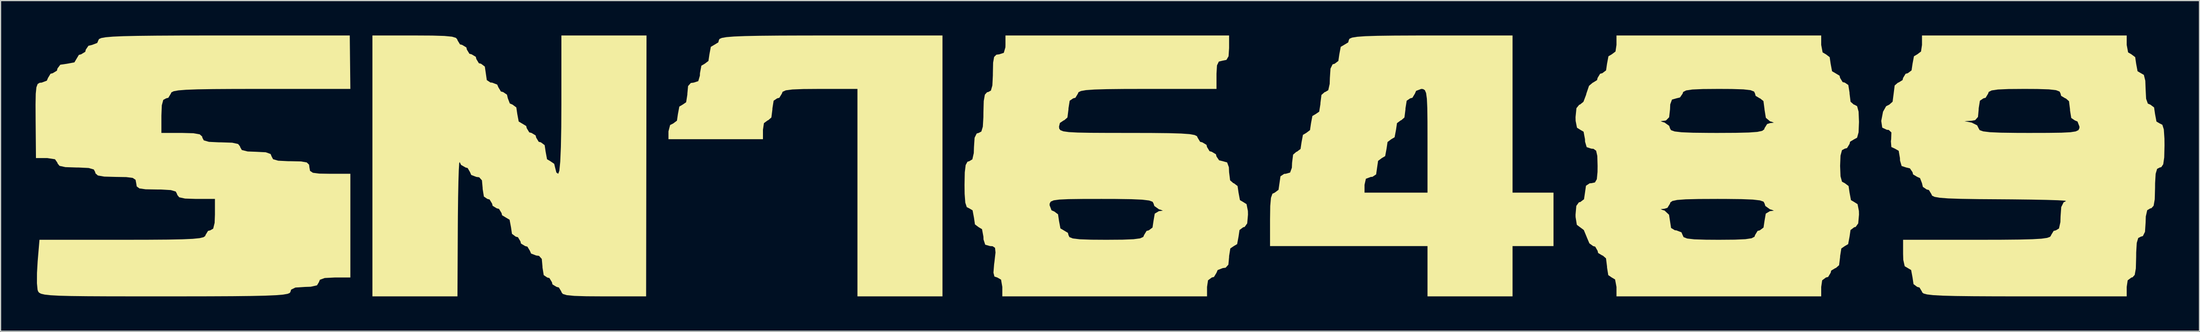
<source format=kicad_pcb>
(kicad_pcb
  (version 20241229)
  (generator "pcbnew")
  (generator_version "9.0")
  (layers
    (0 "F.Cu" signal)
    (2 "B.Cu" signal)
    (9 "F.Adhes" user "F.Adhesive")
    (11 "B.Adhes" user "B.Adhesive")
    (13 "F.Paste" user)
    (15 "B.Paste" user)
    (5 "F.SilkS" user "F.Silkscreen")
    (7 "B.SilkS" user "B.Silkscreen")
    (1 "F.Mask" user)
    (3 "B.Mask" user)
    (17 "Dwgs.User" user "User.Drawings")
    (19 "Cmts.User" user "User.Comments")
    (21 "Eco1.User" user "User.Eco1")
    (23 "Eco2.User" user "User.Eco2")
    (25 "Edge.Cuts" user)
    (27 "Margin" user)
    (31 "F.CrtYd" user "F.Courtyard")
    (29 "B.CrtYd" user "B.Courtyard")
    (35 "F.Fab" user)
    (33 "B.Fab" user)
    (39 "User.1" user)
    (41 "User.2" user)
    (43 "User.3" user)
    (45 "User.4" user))
  (footprint "SN76489"
    (layer "F.Cu")
    (at 89.969 10.268)
    (property "Reference" "SN76489" (at 0 0 0) (layer "F.SilkS") (effects (font (size 1.5 1.5) (thickness 0.3))))
    (attr board_only exclude_from_pos_files exclude_from_bom)
    (fp_poly (pts (xy -12.16 0.946) (xy -12.16 12.16) (xy -15.807 12.16) (xy -19.455 12.16) (xy -19.455 3.243) (xy -19.455 -5.674) (xy -22.698 -5.674) (xy -24.096 -5.664) (xy -25.036 -5.627) (xy -25.602 -5.552) (xy -25.876 -5.429) (xy -25.94 -5.269) (xy -26.157 -4.911) (xy -26.346 -4.864) (xy -26.646 -4.659) (xy -26.75 -4.004) (xy -26.751 -3.918) (xy -26.839 -3.219) (xy -27.119 -2.974) (xy -27.156 -2.972) (xy -27.478 -2.731) (xy -27.562 -2.162) (xy -27.562 -1.351) (xy -31.615 -1.351) (xy -35.668 -1.351) (xy -35.668 -2.027) (xy -35.527 -2.57) (xy -35.263 -2.702) (xy -34.941 -2.944) (xy -34.857 -3.513) (xy -34.737 -4.156) (xy -34.452 -4.323) (xy -34.152 -4.528) (xy -34.048 -5.183) (xy -34.047 -5.269) (xy -33.986 -5.921) (xy -33.75 -6.184) (xy -33.506 -6.215) (xy -33.111 -6.342) (xy -32.972 -6.816) (xy -32.966 -7.026) (xy -32.845 -7.669) (xy -32.561 -7.836) (xy -32.239 -8.078) (xy -32.155 -8.647) (xy -32.034 -9.29) (xy -31.75 -9.457) (xy -31.392 -9.674) (xy -31.345 -9.863) (xy -31.289 -9.971) (xy -31.088 -10.058) (xy -30.692 -10.127) (xy -30.051 -10.179) (xy -29.114 -10.217) (xy -27.831 -10.243) (xy -26.153 -10.259) (xy -24.028 -10.266) (xy -21.752 -10.268) (xy -12.16 -10.268)) (stroke (width 0) (type solid)) (fill yes) (layer "F.SilkS"))
    (fp_poly (pts (xy 36.749 -3.513) (xy 36.749 3.243) (xy 38.505 3.243) (xy 40.262 3.243) (xy 40.262 5.539) (xy 40.262 7.836) (xy 38.505 7.836) (xy 36.749 7.836) (xy 36.749 9.998) (xy 36.749 12.16) (xy 33.101 12.16) (xy 29.453 12.16) (xy 29.453 9.998) (xy 29.453 7.836) (xy 22.698 7.836) (xy 15.943 7.836) (xy 15.943 5.539) (xy 15.96 4.391) (xy 16.023 3.688) (xy 16.148 3.337) (xy 16.348 3.243) (xy 24.049 3.243) (xy 26.751 3.243) (xy 29.453 3.243) (xy 29.453 -1.216) (xy 29.45 -2.861) (xy 29.435 -4.043) (xy 29.398 -4.837) (xy 29.331 -5.321) (xy 29.224 -5.57) (xy 29.067 -5.663) (xy 28.913 -5.674) (xy 28.473 -5.506) (xy 28.372 -5.269) (xy 28.156 -4.911) (xy 27.967 -4.864) (xy 27.667 -4.659) (xy 27.562 -4.004) (xy 27.562 -3.918) (xy 27.474 -3.219) (xy 27.193 -2.974) (xy 27.156 -2.972) (xy 26.835 -2.731) (xy 26.751 -2.162) (xy 26.63 -1.518) (xy 26.346 -1.351) (xy 26.024 -1.109) (xy 25.94 -0.54) (xy 25.82 0.103) (xy 25.535 0.27) (xy 25.213 0.512) (xy 25.13 1.081) (xy 25.045 1.674) (xy 24.729 1.883) (xy 24.589 1.891) (xy 24.166 2.05) (xy 24.049 2.567) (xy 24.049 3.243) (xy 16.348 3.243) (xy 16.67 3.001) (xy 16.753 2.432) (xy 16.838 1.839) (xy 17.154 1.63) (xy 17.294 1.621) (xy 17.666 1.515) (xy 17.816 1.102) (xy 17.834 0.676) (xy 17.922 -0.024) (xy 18.202 -0.269) (xy 18.239 -0.27) (xy 18.561 -0.512) (xy 18.645 -1.081) (xy 18.766 -1.724) (xy 19.05 -1.891) (xy 19.372 -2.133) (xy 19.455 -2.702) (xy 19.576 -3.346) (xy 19.861 -3.513) (xy 20.16 -3.718) (xy 20.265 -4.372) (xy 20.266 -4.459) (xy 20.354 -5.158) (xy 20.634 -5.403) (xy 20.671 -5.404) (xy 20.938 -5.563) (xy 21.06 -6.104) (xy 21.077 -6.62) (xy 21.13 -7.422) (xy 21.31 -7.787) (xy 21.482 -7.836) (xy 21.804 -8.078) (xy 21.887 -8.647) (xy 22.008 -9.29) (xy 22.293 -9.457) (xy 22.651 -9.674) (xy 22.698 -9.863) (xy 22.758 -9.987) (xy 22.979 -10.084) (xy 23.418 -10.156) (xy 24.133 -10.207) (xy 25.183 -10.24) (xy 26.627 -10.259) (xy 28.521 -10.267) (xy 29.723 -10.268) (xy 36.749 -10.268)) (stroke (width 0) (type solid)) (fill yes) (layer "F.SilkS"))
    (fp_poly (pts (xy -55.926 -10.26) (xy -54.893 -10.228) (xy -54.242 -10.165) (xy -53.897 -10.061) (xy -53.776 -9.909) (xy -53.772 -9.863) (xy -53.556 -9.505) (xy -53.367 -9.457) (xy -53.009 -9.241) (xy -52.962 -9.052) (xy -52.745 -8.694) (xy -52.556 -8.647) (xy -52.198 -8.431) (xy -52.151 -8.241) (xy -51.935 -7.883) (xy -51.746 -7.836) (xy -51.424 -7.594) (xy -51.34 -7.026) (xy -51.255 -6.432) (xy -50.94 -6.223) (xy -50.8 -6.215) (xy -50.36 -6.046) (xy -50.26 -5.81) (xy -50.043 -5.451) (xy -49.854 -5.404) (xy -49.524 -5.179) (xy -49.449 -4.864) (xy -49.28 -4.424) (xy -49.044 -4.323) (xy -48.722 -4.082) (xy -48.638 -3.513) (xy -48.517 -2.869) (xy -48.233 -2.702) (xy -47.875 -2.486) (xy -47.828 -2.297) (xy -47.611 -1.939) (xy -47.422 -1.891) (xy -47.064 -1.675) (xy -47.017 -1.486) (xy -46.801 -1.128) (xy -46.612 -1.081) (xy -46.29 -0.839) (xy -46.206 -0.27) (xy -46.086 0.373) (xy -45.801 0.54) (xy -45.471 0.766) (xy -45.396 1.081) (xy -45.283 1.52) (xy -45.126 1.621) (xy -45.03 1.356) (xy -44.953 0.578) (xy -44.898 -0.685) (xy -44.865 -2.406) (xy -44.855 -4.323) (xy -44.855 -10.268) (xy -41.203 -10.268) (xy -37.552 -10.268) (xy -37.569 0.946) (xy -37.586 12.16) (xy -41.221 12.16) (xy -42.712 12.151) (xy -43.742 12.119) (xy -44.39 12.056) (xy -44.733 11.952) (xy -44.852 11.798) (xy -44.855 11.754) (xy -45.072 11.396) (xy -45.261 11.349) (xy -45.619 11.133) (xy -45.666 10.944) (xy -45.882 10.585) (xy -46.071 10.538) (xy -46.371 10.333) (xy -46.476 9.679) (xy -46.477 9.593) (xy -46.537 8.941) (xy -46.773 8.678) (xy -47.017 8.647) (xy -47.457 8.478) (xy -47.557 8.241) (xy -47.774 7.883) (xy -47.963 7.836) (xy -48.321 7.62) (xy -48.368 7.431) (xy -48.584 7.073) (xy -48.773 7.026) (xy -49.095 6.784) (xy -49.179 6.215) (xy -49.3 5.571) (xy -49.584 5.404) (xy -49.942 5.188) (xy -49.989 4.999) (xy -50.206 4.641) (xy -50.395 4.594) (xy -50.753 4.377) (xy -50.8 4.188) (xy -51.016 3.83) (xy -51.205 3.783) (xy -51.505 3.578) (xy -51.61 2.923) (xy -51.611 2.837) (xy -51.671 2.185) (xy -51.907 1.922) (xy -52.151 1.891) (xy -52.591 1.723) (xy -52.691 1.486) (xy -52.898 1.128) (xy -53.077 1.081) (xy -53.463 0.857) (xy -53.586 0.608) (xy -53.623 0.726) (xy -53.658 1.315) (xy -53.69 2.307) (xy -53.716 3.632) (xy -53.735 5.223) (xy -53.741 6.147) (xy -53.772 12.16) (xy -57.42 12.16) (xy -61.068 12.16) (xy -61.068 0.946) (xy -61.068 -10.268) (xy -57.42 -10.268)) (stroke (width 0) (type solid)) (fill yes) (layer "F.SilkS"))
    (fp_poly (pts (xy -62.986 -7.971) (xy -62.961 -5.674) (xy -70.661 -5.674) (xy -72.93 -5.671) (xy -74.713 -5.66) (xy -76.068 -5.638) (xy -77.05 -5.601) (xy -77.714 -5.548) (xy -78.117 -5.475) (xy -78.314 -5.378) (xy -78.362 -5.269) (xy -78.578 -4.911) (xy -78.767 -4.864) (xy -79.011 -4.73) (xy -79.137 -4.262) (xy -79.172 -3.378) (xy -79.172 -1.891) (xy -77.416 -1.891) (xy -76.431 -1.864) (xy -75.883 -1.768) (xy -75.672 -1.578) (xy -75.66 -1.486) (xy -75.535 -1.251) (xy -75.094 -1.124) (xy -74.234 -1.082) (xy -74.038 -1.081) (xy -73.097 -1.05) (xy -72.591 -0.939) (xy -72.42 -0.724) (xy -72.417 -0.676) (xy -72.272 -0.421) (xy -71.772 -0.296) (xy -71.066 -0.27) (xy -70.216 -0.227) (xy -69.801 -0.077) (xy -69.715 0.135) (xy -69.59 0.37) (xy -69.149 0.497) (xy -68.289 0.54) (xy -68.094 0.54) (xy -67.188 0.56) (xy -66.699 0.647) (xy -66.502 0.841) (xy -66.472 1.081) (xy -66.418 1.373) (xy -66.174 1.536) (xy -65.621 1.607) (xy -64.716 1.621) (xy -62.96 1.621) (xy -62.96 6.08) (xy -62.96 10.538) (xy -64.311 10.538) (xy -65.16 10.582) (xy -65.575 10.732) (xy -65.662 10.944) (xy -65.821 11.211) (xy -66.362 11.332) (xy -66.878 11.349) (xy -67.679 11.402) (xy -68.044 11.582) (xy -68.094 11.754) (xy -68.148 11.857) (xy -68.342 11.941) (xy -68.725 12.008) (xy -69.342 12.06) (xy -70.242 12.099) (xy -71.472 12.127) (xy -73.079 12.145) (xy -75.111 12.155) (xy -77.615 12.159) (xy -78.871 12.16) (xy -81.565 12.159) (xy -83.768 12.156) (xy -85.532 12.147) (xy -86.905 12.131) (xy -87.938 12.104) (xy -88.681 12.063) (xy -89.185 12.007) (xy -89.498 11.933) (xy -89.672 11.837) (xy -89.756 11.719) (xy -89.796 11.591) (xy -89.85 11.039) (xy -89.846 10.146) (xy -89.789 9.16) (xy -89.632 7.296) (xy -82.511 7.296) (xy -80.338 7.292) (xy -78.648 7.28) (xy -77.383 7.255) (xy -76.484 7.214) (xy -75.894 7.155) (xy -75.555 7.073) (xy -75.408 6.966) (xy -75.389 6.89) (xy -75.173 6.532) (xy -74.984 6.485) (xy -74.729 6.34) (xy -74.605 5.84) (xy -74.579 5.134) (xy -74.579 3.783) (xy -76.2 3.783) (xy -77.141 3.752) (xy -77.647 3.642) (xy -77.818 3.426) (xy -77.821 3.378) (xy -77.939 3.15) (xy -78.358 3.024) (xy -79.179 2.975) (xy -79.578 2.972) (xy -80.528 2.955) (xy -81.058 2.88) (xy -81.287 2.711) (xy -81.334 2.432) (xy -81.389 2.139) (xy -81.633 1.976) (xy -82.185 1.906) (xy -83.09 1.891) (xy -84.076 1.864) (xy -84.623 1.768) (xy -84.834 1.578) (xy -84.847 1.486) (xy -84.971 1.251) (xy -85.413 1.124) (xy -86.273 1.082) (xy -86.468 1.081) (xy -87.409 1.05) (xy -87.915 0.939) (xy -88.086 0.724) (xy -88.089 0.676) (xy -88.3 0.372) (xy -88.967 0.27) (xy -89.011 0.27) (xy -89.934 0.27) (xy -89.962 -2.972) (xy -89.969 -4.34) (xy -89.952 -5.258) (xy -89.896 -5.814) (xy -89.788 -6.099) (xy -89.613 -6.203) (xy -89.445 -6.215) (xy -89.001 -6.383) (xy -88.9 -6.62) (xy -88.684 -6.978) (xy -88.495 -7.026) (xy -88.136 -7.242) (xy -88.089 -7.431) (xy -87.848 -7.753) (xy -87.279 -7.836) (xy -86.635 -7.957) (xy -86.468 -8.241) (xy -86.252 -8.6) (xy -86.063 -8.647) (xy -85.705 -8.863) (xy -85.657 -9.052) (xy -85.432 -9.382) (xy -85.117 -9.457) (xy -84.677 -9.626) (xy -84.577 -9.863) (xy -84.522 -9.965) (xy -84.328 -10.049) (xy -83.946 -10.116) (xy -83.328 -10.169) (xy -82.429 -10.208) (xy -81.199 -10.235) (xy -79.592 -10.253) (xy -77.561 -10.264) (xy -75.057 -10.268) (xy -73.794 -10.268) (xy -63.011 -10.268)) (stroke (width 0) (type solid)) (fill yes) (layer "F.SilkS"))
    (fp_poly (pts (xy 12.43 -9.187) (xy 12.384 -8.48) (xy 12.201 -8.168) (xy 11.889 -8.106) (xy 11.552 -8.027) (xy 11.392 -7.696) (xy 11.349 -6.978) (xy 11.349 -6.89) (xy 11.349 -5.674) (xy 5.404 -5.674) (xy 3.438 -5.67) (xy 1.95 -5.654) (xy 0.876 -5.622) (xy 0.153 -5.57) (xy -0.282 -5.494) (xy -0.492 -5.389) (xy -0.54 -5.269) (xy -0.757 -4.911) (xy -0.946 -4.864) (xy -1.246 -4.659) (xy -1.35 -4.004) (xy -1.351 -3.918) (xy -1.439 -3.219) (xy -1.719 -2.974) (xy -1.756 -2.972) (xy -2.086 -2.747) (xy -2.162 -2.432) (xy -2.142 -2.256) (xy -2.038 -2.123) (xy -1.784 -2.027) (xy -1.314 -1.962) (xy -0.56 -1.922) (xy 0.543 -1.901) (xy 2.062 -1.893) (xy 3.783 -1.891) (xy 5.749 -1.887) (xy 7.237 -1.871) (xy 8.312 -1.839) (xy 9.035 -1.788) (xy 9.469 -1.711) (xy 9.679 -1.606) (xy 9.728 -1.486) (xy 9.944 -1.128) (xy 10.133 -1.081) (xy 10.491 -0.865) (xy 10.538 -0.676) (xy 10.755 -0.317) (xy 10.944 -0.27) (xy 11.302 -0.054) (xy 11.349 0.135) (xy 11.574 0.465) (xy 11.889 0.54) (xy 12.262 0.646) (xy 12.412 1.059) (xy 12.43 1.486) (xy 12.518 2.186) (xy 12.798 2.43) (xy 12.835 2.432) (xy 13.157 2.674) (xy 13.24 3.243) (xy 13.361 3.886) (xy 13.646 4.053) (xy 13.928 4.232) (xy 14.044 4.823) (xy 14.051 5.134) (xy 13.984 5.886) (xy 13.762 6.195) (xy 13.646 6.215) (xy 13.324 6.457) (xy 13.24 7.026) (xy 13.12 7.669) (xy 12.835 7.836) (xy 12.535 8.041) (xy 12.431 8.696) (xy 12.43 8.782) (xy 12.369 9.434) (xy 12.133 9.697) (xy 11.889 9.728) (xy 11.449 9.897) (xy 11.349 10.133) (xy 11.133 10.491) (xy 10.944 10.538) (xy 10.622 10.78) (xy 10.538 11.349) (xy 10.538 12.16) (xy 1.756 12.16) (xy -7.026 12.16) (xy -7.026 11.349) (xy -7.135 10.721) (xy -7.456 10.538) (xy -7.703 10.455) (xy -7.787 10.121) (xy -7.731 9.412) (xy -7.701 9.187) (xy -7.61 8.389) (xy -7.651 7.988) (xy -7.859 7.849) (xy -8.081 7.836) (xy -8.492 7.719) (xy -8.639 7.271) (xy -8.647 7.026) (xy -8.768 6.382) (xy -9.052 6.215) (xy -9.374 5.973) (xy -9.457 5.404) (xy -9.578 4.761) (xy -9.863 4.594) (xy -10.077 4.487) (xy -10.13 4.323) (xy -2.972 4.323) (xy -2.803 4.764) (xy -2.567 4.864) (xy -2.245 5.106) (xy -2.162 5.674) (xy -2.041 6.318) (xy -1.756 6.485) (xy -1.398 6.701) (xy -1.351 6.89) (xy -1.27 7.065) (xy -0.971 7.183) (xy -0.371 7.253) (xy 0.611 7.288) (xy 1.891 7.296) (xy 3.289 7.286) (xy 4.23 7.248) (xy 4.796 7.173) (xy 5.069 7.05) (xy 5.134 6.89) (xy 5.35 6.532) (xy 5.539 6.485) (xy 5.861 6.243) (xy 5.945 5.674) (xy 6.052 5.048) (xy 6.41 4.833) (xy 6.418 4.832) (xy 6.751 4.795) (xy 6.559 4.715) (xy 6.418 4.678) (xy 6.016 4.39) (xy 5.945 4.168) (xy 5.861 4.023) (xy 5.563 3.918) (xy 4.98 3.847) (xy 4.044 3.805) (xy 2.685 3.786) (xy 1.486 3.783) (xy -0.159 3.786) (xy -1.341 3.801) (xy -2.135 3.838) (xy -2.619 3.905) (xy -2.868 4.012) (xy -2.96 4.169) (xy -2.972 4.323) (xy -10.13 4.323) (xy -10.202 4.104) (xy -10.259 3.345) (xy -10.268 2.567) (xy -10.247 1.498) (xy -10.17 0.871) (xy -10.018 0.587) (xy -9.863 0.54) (xy -9.596 0.381) (xy -9.474 -0.16) (xy -9.457 -0.676) (xy -9.404 -1.477) (xy -9.224 -1.842) (xy -9.052 -1.891) (xy -8.825 -2.009) (xy -8.698 -2.428) (xy -8.65 -3.249) (xy -8.647 -3.648) (xy -8.62 -4.633) (xy -8.523 -5.181) (xy -8.333 -5.391) (xy -8.241 -5.404) (xy -8.006 -5.529) (xy -7.88 -5.97) (xy -7.837 -6.83) (xy -7.836 -7.026) (xy -7.816 -7.931) (xy -7.73 -8.42) (xy -7.535 -8.617) (xy -7.296 -8.647) (xy -6.9 -8.774) (xy -6.761 -9.248) (xy -6.755 -9.457) (xy -6.755 -10.268) (xy 2.837 -10.268) (xy 12.43 -10.268)) (stroke (width 0) (type solid)) (fill yes) (layer "F.SilkS"))
    (fp_poly (pts (xy 89.44 -9.457) (xy 89.561 -8.814) (xy 89.846 -8.647) (xy 90.168 -8.405) (xy 90.251 -7.836) (xy 90.372 -7.193) (xy 90.656 -7.026) (xy 90.911 -6.881) (xy 91.036 -6.38) (xy 91.062 -5.674) (xy 91.105 -4.825) (xy 91.255 -4.41) (xy 91.467 -4.323) (xy 91.789 -4.082) (xy 91.872 -3.513) (xy 91.993 -2.869) (xy 92.278 -2.702) (xy 92.498 -2.591) (xy 92.624 -2.191) (xy 92.677 -1.403) (xy 92.683 -0.811) (xy 92.659 0.217) (xy 92.573 0.805) (xy 92.405 1.053) (xy 92.278 1.081) (xy 92.05 1.198) (xy 91.924 1.617) (xy 91.875 2.439) (xy 91.872 2.837) (xy 91.845 3.822) (xy 91.749 4.37) (xy 91.559 4.581) (xy 91.467 4.594) (xy 91.2 4.753) (xy 91.078 5.294) (xy 91.062 5.81) (xy 91.009 6.611) (xy 90.828 6.976) (xy 90.656 7.026) (xy 90.429 7.143) (xy 90.303 7.562) (xy 90.254 8.383) (xy 90.251 8.782) (xy 90.224 9.767) (xy 90.127 10.315) (xy 89.938 10.525) (xy 89.846 10.538) (xy 89.524 10.78) (xy 89.44 11.349) (xy 89.44 12.16) (xy 80.659 12.16) (xy 78.221 12.157) (xy 76.271 12.147) (xy 74.757 12.129) (xy 73.626 12.098) (xy 72.826 12.054) (xy 72.305 11.992) (xy 72.01 11.912) (xy 71.888 11.811) (xy 71.877 11.754) (xy 71.66 11.396) (xy 71.471 11.349) (xy 71.149 11.107) (xy 71.066 10.538) (xy 70.945 9.895) (xy 70.661 9.728) (xy 70.393 9.569) (xy 70.272 9.027) (xy 70.255 8.512) (xy 70.255 7.296) (xy 76.605 7.296) (xy 78.644 7.292) (xy 80.204 7.277) (xy 81.346 7.248) (xy 82.131 7.201) (xy 82.62 7.131) (xy 82.874 7.035) (xy 82.954 6.909) (xy 82.955 6.89) (xy 83.172 6.532) (xy 83.361 6.485) (xy 83.63 6.323) (xy 83.751 5.776) (xy 83.766 5.289) (xy 83.824 4.481) (xy 84.027 4.074) (xy 84.239 3.969) (xy 84.121 3.933) (xy 83.532 3.897) (xy 82.54 3.866) (xy 81.214 3.84) (xy 79.624 3.821) (xy 78.699 3.814) (xy 76.72 3.8) (xy 75.218 3.776) (xy 74.132 3.739) (xy 73.398 3.683) (xy 72.955 3.605) (xy 72.739 3.5) (xy 72.687 3.378) (xy 72.471 3.019) (xy 72.282 2.972) (xy 71.952 2.747) (xy 71.877 2.432) (xy 71.708 1.992) (xy 71.471 1.891) (xy 71.113 1.675) (xy 71.066 1.486) (xy 70.841 1.156) (xy 70.526 1.081) (xy 70.13 0.953) (xy 69.991 0.479) (xy 69.985 0.27) (xy 69.877 -0.355) (xy 69.549 -0.54) (xy 69.25 -0.678) (xy 69.209 -1.169) (xy 69.232 -1.351) (xy 69.251 -1.933) (xy 69.026 -2.147) (xy 68.857 -2.162) (xy 68.467 -2.346) (xy 68.384 -2.899) (xy 75.524 -2.899) (xy 76.132 -2.782) (xy 76.608 -2.544) (xy 76.74 -2.278) (xy 76.825 -2.13) (xy 77.124 -2.024) (xy 77.71 -1.953) (xy 78.652 -1.912) (xy 80.023 -1.894) (xy 81.064 -1.891) (xy 82.68 -1.895) (xy 83.834 -1.911) (xy 84.603 -1.949) (xy 85.065 -2.02) (xy 85.298 -2.132) (xy 85.379 -2.297) (xy 85.387 -2.432) (xy 85.218 -2.872) (xy 84.982 -2.972) (xy 84.682 -3.177) (xy 84.577 -3.832) (xy 84.577 -3.918) (xy 84.489 -4.618) (xy 84.208 -4.862) (xy 84.171 -4.864) (xy 83.813 -5.08) (xy 83.766 -5.269) (xy 83.683 -5.447) (xy 83.378 -5.566) (xy 82.766 -5.636) (xy 81.765 -5.668) (xy 80.659 -5.674) (xy 79.294 -5.664) (xy 78.385 -5.624) (xy 77.849 -5.544) (xy 77.6 -5.413) (xy 77.551 -5.269) (xy 77.335 -4.911) (xy 77.146 -4.864) (xy 76.846 -4.659) (xy 76.741 -4.004) (xy 76.74 -3.918) (xy 76.681 -3.267) (xy 76.439 -2.99) (xy 76.132 -2.936) (xy 75.524 -2.899) (xy 68.384 -2.899) (xy 68.381 -2.921) (xy 68.534 -3.715) (xy 68.801 -4.189) (xy 69.071 -4.323) (xy 69.355 -4.574) (xy 69.445 -5.269) (xy 69.533 -5.969) (xy 69.813 -6.213) (xy 69.85 -6.215) (xy 70.208 -6.431) (xy 70.255 -6.62) (xy 70.472 -6.978) (xy 70.661 -7.026) (xy 70.982 -7.267) (xy 71.066 -7.836) (xy 71.187 -8.48) (xy 71.471 -8.647) (xy 71.793 -8.888) (xy 71.877 -9.457) (xy 71.877 -10.268) (xy 80.659 -10.268) (xy 89.44 -10.268)) (stroke (width 0) (type solid)) (fill yes) (layer "F.SilkS"))
    (fp_poly (pts (xy 63.23 -9.457) (xy 63.351 -8.814) (xy 63.635 -8.647) (xy 63.957 -8.405) (xy 64.04 -7.836) (xy 64.161 -7.193) (xy 64.446 -7.026) (xy 64.804 -6.809) (xy 64.851 -6.62) (xy 65.067 -6.262) (xy 65.256 -6.215) (xy 65.556 -6.01) (xy 65.661 -5.355) (xy 65.662 -5.269) (xy 65.75 -4.57) (xy 66.03 -4.325) (xy 66.067 -4.323) (xy 66.311 -4.19) (xy 66.437 -3.722) (xy 66.472 -2.837) (xy 66.436 -1.941) (xy 66.308 -1.48) (xy 66.067 -1.351) (xy 65.709 -1.135) (xy 65.662 -0.946) (xy 65.445 -0.588) (xy 65.256 -0.54) (xy 65.012 -0.407) (xy 64.886 0.061) (xy 64.851 0.946) (xy 64.887 1.842) (xy 65.015 2.303) (xy 65.256 2.432) (xy 65.578 2.674) (xy 65.662 3.243) (xy 65.783 3.886) (xy 66.067 4.053) (xy 66.349 4.232) (xy 66.465 4.823) (xy 66.472 5.134) (xy 66.405 5.886) (xy 66.184 6.195) (xy 66.067 6.215) (xy 65.745 6.457) (xy 65.662 7.026) (xy 65.541 7.669) (xy 65.256 7.836) (xy 64.957 8.041) (xy 64.852 8.696) (xy 64.851 8.782) (xy 64.763 9.481) (xy 64.483 9.726) (xy 64.446 9.728) (xy 64.088 9.944) (xy 64.04 10.133) (xy 63.824 10.491) (xy 63.635 10.538) (xy 63.313 10.78) (xy 63.23 11.349) (xy 63.23 12.16) (xy 54.448 12.16) (xy 45.666 12.16) (xy 45.666 11.349) (xy 45.545 10.705) (xy 45.261 10.538) (xy 44.961 10.333) (xy 44.856 9.679) (xy 44.855 9.593) (xy 44.767 8.893) (xy 44.487 8.649) (xy 44.45 8.647) (xy 44.092 8.431) (xy 44.045 8.241) (xy 43.839 7.883) (xy 43.661 7.836) (xy 43.34 7.602) (xy 43.102 7.038) (xy 43.099 7.026) (xy 42.863 6.457) (xy 42.543 6.215) (xy 42.537 6.215) (xy 42.264 6.006) (xy 42.157 5.342) (xy 42.153 5.134) (xy 42.195 4.663) (xy 49.454 4.663) (xy 49.646 4.742) (xy 49.787 4.78) (xy 50.174 5.142) (xy 50.26 5.694) (xy 50.349 6.279) (xy 50.68 6.479) (xy 50.8 6.485) (xy 51.24 6.654) (xy 51.34 6.89) (xy 51.423 7.068) (xy 51.729 7.187) (xy 52.34 7.257) (xy 53.342 7.289) (xy 54.448 7.296) (xy 55.812 7.285) (xy 56.721 7.245) (xy 57.258 7.165) (xy 57.507 7.035) (xy 57.555 6.89) (xy 57.772 6.532) (xy 57.961 6.485) (xy 58.282 6.243) (xy 58.366 5.674) (xy 58.474 5.048) (xy 58.831 4.833) (xy 58.839 4.832) (xy 59.172 4.795) (xy 58.98 4.715) (xy 58.839 4.678) (xy 58.437 4.39) (xy 58.366 4.168) (xy 58.279 4.016) (xy 57.97 3.909) (xy 57.365 3.839) (xy 56.393 3.8) (xy 54.981 3.784) (xy 54.313 3.783) (xy 52.726 3.79) (xy 51.605 3.817) (xy 50.874 3.872) (xy 50.458 3.961) (xy 50.282 4.092) (xy 50.26 4.188) (xy 50.036 4.547) (xy 49.787 4.625) (xy 49.454 4.663) (xy 42.195 4.663) (xy 42.22 4.382) (xy 42.442 4.073) (xy 42.559 4.053) (xy 42.88 3.812) (xy 42.964 3.243) (xy 43.049 2.649) (xy 43.365 2.44) (xy 43.504 2.432) (xy 43.817 2.367) (xy 43.979 2.089) (xy 44.039 1.467) (xy 44.045 0.946) (xy 44.021 0.087) (xy 43.92 -0.361) (xy 43.694 -0.525) (xy 43.504 -0.54) (xy 43.109 -0.668) (xy 42.969 -1.142) (xy 42.964 -1.351) (xy 42.843 -1.995) (xy 42.559 -2.162) (xy 42.277 -2.34) (xy 42.166 -2.903) (xy 49.454 -2.903) (xy 49.646 -2.823) (xy 49.787 -2.786) (xy 50.188 -2.499) (xy 50.26 -2.277) (xy 50.347 -2.125) (xy 50.656 -2.017) (xy 51.26 -1.947) (xy 52.232 -1.908) (xy 53.644 -1.893) (xy 54.313 -1.891) (xy 55.899 -1.899) (xy 57.02 -1.926) (xy 57.751 -1.98) (xy 58.168 -2.069) (xy 58.344 -2.2) (xy 58.366 -2.297) (xy 58.589 -2.655) (xy 58.839 -2.733) (xy 59.172 -2.771) (xy 58.98 -2.851) (xy 58.839 -2.888) (xy 58.481 -3.191) (xy 58.366 -3.903) (xy 58.366 -3.938) (xy 58.274 -4.63) (xy 57.983 -4.863) (xy 57.961 -4.864) (xy 57.602 -5.08) (xy 57.555 -5.269) (xy 57.472 -5.447) (xy 57.167 -5.566) (xy 56.556 -5.636) (xy 55.554 -5.668) (xy 54.448 -5.674) (xy 53.083 -5.664) (xy 52.175 -5.624) (xy 51.638 -5.544) (xy 51.389 -5.413) (xy 51.34 -5.269) (xy 51.115 -4.939) (xy 50.8 -4.864) (xy 50.428 -4.758) (xy 50.277 -4.345) (xy 50.26 -3.918) (xy 50.183 -3.238) (xy 49.915 -2.963) (xy 49.787 -2.941) (xy 49.454 -2.903) (xy 42.166 -2.903) (xy 42.161 -2.932) (xy 42.153 -3.243) (xy 42.231 -4.02) (xy 42.474 -4.318) (xy 42.528 -4.323) (xy 42.83 -4.565) (xy 43.063 -5.179) (xy 43.081 -5.269) (xy 43.31 -5.941) (xy 43.633 -6.214) (xy 43.652 -6.215) (xy 43.999 -6.431) (xy 44.045 -6.62) (xy 44.261 -6.978) (xy 44.45 -7.026) (xy 44.772 -7.267) (xy 44.855 -7.836) (xy 44.976 -8.48) (xy 45.261 -8.647) (xy 45.582 -8.888) (xy 45.666 -9.457) (xy 45.666 -10.268) (xy 54.448 -10.268) (xy 63.23 -10.268)) (stroke (width 0) (type solid)) (fill yes) (layer "F.SilkS")))
  (gr_rect
    (start -3 -3)
    (end 185.652 25.428)
    (stroke (width 0.1) (type default))
    (fill no)
    (layer "Edge.Cuts")))
</source>
